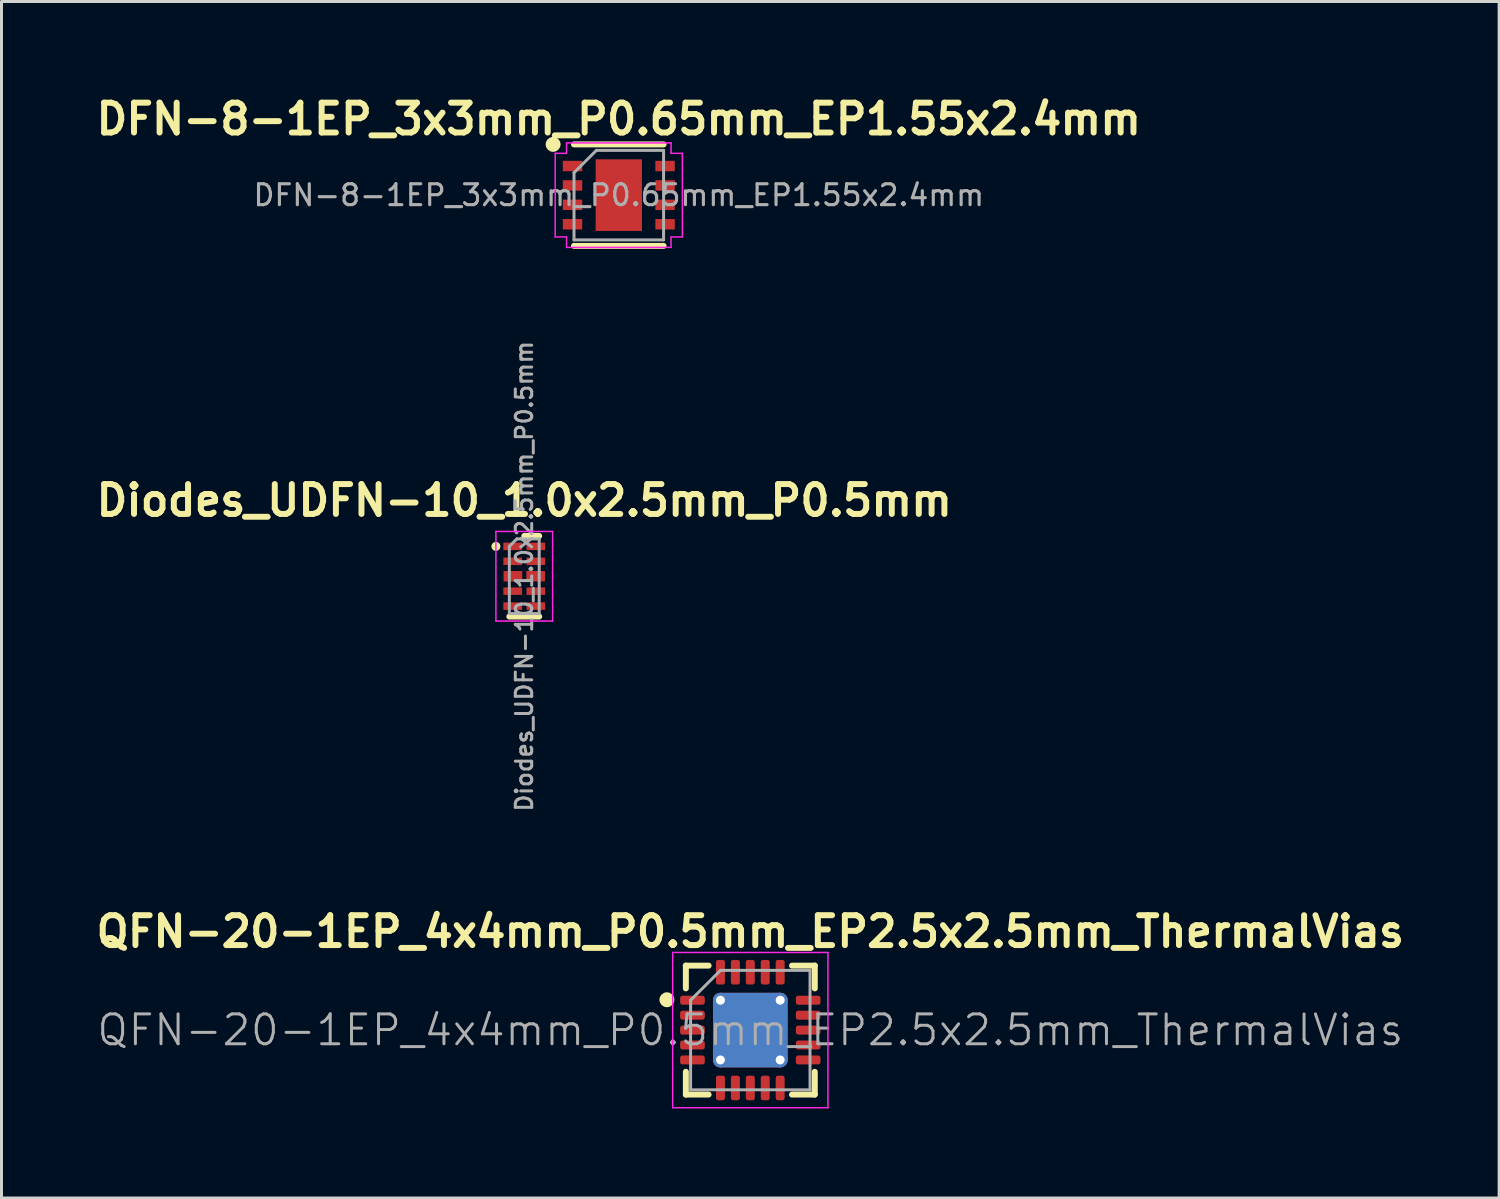
<source format=kicad_pcb>
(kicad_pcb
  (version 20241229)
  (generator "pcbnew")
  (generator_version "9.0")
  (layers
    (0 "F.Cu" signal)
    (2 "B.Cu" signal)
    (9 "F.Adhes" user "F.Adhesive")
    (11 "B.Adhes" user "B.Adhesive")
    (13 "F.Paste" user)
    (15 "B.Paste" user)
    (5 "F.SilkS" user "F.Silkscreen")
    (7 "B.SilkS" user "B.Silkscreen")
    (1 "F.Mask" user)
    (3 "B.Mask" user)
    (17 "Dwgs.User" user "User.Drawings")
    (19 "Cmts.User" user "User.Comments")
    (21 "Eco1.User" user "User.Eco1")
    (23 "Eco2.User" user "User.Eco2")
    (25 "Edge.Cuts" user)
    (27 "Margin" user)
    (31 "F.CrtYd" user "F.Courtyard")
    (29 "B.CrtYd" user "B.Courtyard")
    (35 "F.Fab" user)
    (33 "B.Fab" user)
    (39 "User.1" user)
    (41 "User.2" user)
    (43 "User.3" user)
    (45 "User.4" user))
  (footprint "Diodes_UDFN-10_1.0x2.5mm_P0.5mm"
    (layer "F.Cu")
    (at 14.51 16.251)
    (property "Reference" "Diodes_UDFN-10_1.0x2.5mm_P0.5mm" (at 0 -2.54 0) (layer "F.SilkS") (effects (font (size 1 1) (thickness 0.2))))
    (attr smd)
    (fp_line (start 0.5 -1.35) (end 0 -1.35) (stroke (width 0.2) (type solid)) (layer "F.SilkS"))
    (fp_line (start 0.5 1.35) (end -0.5 1.35) (stroke (width 0.2) (type solid)) (layer "F.SilkS"))
    (fp_circle (center -0.95 -1) (end -0.9 -1) (stroke (width 0.2) (type solid)) (fill yes) (layer "F.SilkS"))
    (fp_line (start -0.95 -1.5) (end 0.95 -1.5) (stroke (width 0.05) (type solid)) (layer "F.CrtYd"))
    (fp_line (start -0.95 1.5) (end -0.95 -1.5) (stroke (width 0.05) (type solid)) (layer "F.CrtYd"))
    (fp_line (start 0.95 -1.5) (end 0.95 1.5) (stroke (width 0.05) (type solid)) (layer "F.CrtYd"))
    (fp_line (start 0.95 1.5) (end -0.95 1.5) (stroke (width 0.05) (type solid)) (layer "F.CrtYd"))
    (fp_line (start -0.5 -1) (end -0.5 1.25) (stroke (width 0.1) (type solid)) (layer "F.Fab"))
    (fp_line (start -0.5 1.25) (end 0.5 1.25) (stroke (width 0.1) (type solid)) (layer "F.Fab"))
    (fp_line (start -0.25 -1.25) (end -0.5 -1) (stroke (width 0.1) (type solid)) (layer "F.Fab"))
    (fp_line (start 0.5 -1.25) (end -0.25 -1.25) (stroke (width 0.1) (type solid)) (layer "F.Fab"))
    (fp_line (start 0.5 -1.25) (end 0.5 1.25) (stroke (width 0.1) (type solid)) (layer "F.Fab"))
    (fp_text user "${REFERENCE}" (at 0 0 90) (layer "F.Fab") (effects (font (size 0.55 0.55) (thickness 0.1))))
    (pad "1" smd rect (at -0.388 -1 270) (size 0.25 0.625) (layers "F.Cu" "F.Mask" "F.Paste"))
    (pad "2" smd rect (at -0.388 -0.5 270) (size 0.25 0.625) (layers "F.Cu" "F.Mask" "F.Paste"))
    (pad "3" smd rect (at -0.381 0 270) (size 0.35 0.625) (layers "F.Cu" "F.Mask" "F.Paste"))
    (pad "4" smd rect (at -0.388 0.5 270) (size 0.25 0.625) (layers "F.Cu" "F.Mask" "F.Paste"))
    (pad "5" smd rect (at -0.388 1 270) (size 0.25 0.625) (layers "F.Cu" "F.Mask" "F.Paste"))
    (pad "6" smd rect (at 0.388 1 270) (size 0.25 0.625) (layers "F.Cu" "F.Mask" "F.Paste"))
    (pad "7" smd rect (at 0.388 0.5 270) (size 0.25 0.625) (layers "F.Cu" "F.Mask" "F.Paste"))
    (pad "8" smd rect (at 0.381 0 270) (size 0.35 0.625) (layers "F.Cu" "F.Mask" "F.Paste"))
    (pad "9" smd rect (at 0.388 -0.5 270) (size 0.25 0.625) (layers "F.Cu" "F.Mask" "F.Paste"))
    (pad "10" smd rect (at 0.388 -1 270) (size 0.25 0.625) (layers "F.Cu" "F.Mask" "F.Paste")))
  (footprint "QFN-20-1EP_4x4mm_P0.5mm_EP2.5x2.5mm_ThermalVias"
    (layer "F.Cu")
    (at 22.081 31.452)
    (property "Reference" "QFN-20-1EP_4x4mm_P0.5mm_EP2.5x2.5mm_ThermalVias" (at 0 -3.3 0) (layer "F.SilkS") (effects (font (size 1 1) (thickness 0.2))))
    (attr smd)
    (fp_line (start -2.159 -2.159) (end -2.159 -1.397) (stroke (width 0.2) (type solid)) (layer "F.SilkS"))
    (fp_line (start -2.159 2.159) (end -2.159 1.397) (stroke (width 0.2) (type solid)) (layer "F.SilkS"))
    (fp_line (start -1.397 -2.159) (end -2.159 -2.159) (stroke (width 0.2) (type solid)) (layer "F.SilkS"))
    (fp_line (start -1.397 2.159) (end -2.159 2.159) (stroke (width 0.2) (type solid)) (layer "F.SilkS"))
    (fp_line (start 1.397 -2.159) (end 2.159 -2.159) (stroke (width 0.2) (type solid)) (layer "F.SilkS"))
    (fp_line (start 1.397 2.159) (end 2.159 2.159) (stroke (width 0.2) (type solid)) (layer "F.SilkS"))
    (fp_line (start 2.159 -2.159) (end 2.159 -1.397) (stroke (width 0.2) (type solid)) (layer "F.SilkS"))
    (fp_line (start 2.159 2.159) (end 2.159 1.397) (stroke (width 0.2) (type solid)) (layer "F.SilkS"))
    (fp_circle (center -2.794 -1.016) (end -2.669 -1.016) (stroke (width 0.25) (type solid)) (fill no) (layer "F.SilkS"))
    (fp_line (start -2.6 -2.6) (end -2.6 2.6) (stroke (width 0.05) (type solid)) (layer "F.CrtYd"))
    (fp_line (start -2.6 2.6) (end 2.6 2.6) (stroke (width 0.05) (type solid)) (layer "F.CrtYd"))
    (fp_line (start 2.6 -2.6) (end -2.6 -2.6) (stroke (width 0.05) (type solid)) (layer "F.CrtYd"))
    (fp_line (start 2.6 2.6) (end 2.6 -2.6) (stroke (width 0.05) (type solid)) (layer "F.CrtYd"))
    (fp_line (start -2 -1) (end -1 -2) (stroke (width 0.1) (type solid)) (layer "F.Fab"))
    (fp_line (start -2 2) (end -2 -1) (stroke (width 0.1) (type solid)) (layer "F.Fab"))
    (fp_line (start -1 -2) (end 2 -2) (stroke (width 0.1) (type solid)) (layer "F.Fab"))
    (fp_line (start 2 -2) (end 2 2) (stroke (width 0.1) (type solid)) (layer "F.Fab"))
    (fp_line (start 2 2) (end -2 2) (stroke (width 0.1) (type solid)) (layer "F.Fab"))
    (fp_text user "${REFERENCE}" (at 0 0 0) (layer "F.Fab") (effects (font (size 1 1) (thickness 0.1))))
    (pad "" smd roundrect (at -0.625 -0.625) (size 1.08 1.08) (layers "F.Paste") (roundrect_rratio 0.231))
    (pad "" smd roundrect (at -0.625 0.625) (size 1.08 1.08) (layers "F.Paste") (roundrect_rratio 0.231))
    (pad "" smd roundrect (at 0.625 -0.625) (size 1.08 1.08) (layers "F.Paste") (roundrect_rratio 0.231))
    (pad "" smd roundrect (at 0.625 0.625) (size 1.08 1.08) (layers "F.Paste") (roundrect_rratio 0.231))
    (pad "1" smd roundrect (at -1.938 -1) (size 0.825 0.3) (layers "F.Cu" "F.Mask" "F.Paste") (roundrect_rratio 0.25))
    (pad "2" smd roundrect (at -1.938 -0.5) (size 0.825 0.3) (layers "F.Cu" "F.Mask" "F.Paste") (roundrect_rratio 0.25))
    (pad "3" smd roundrect (at -1.938 0) (size 0.825 0.3) (layers "F.Cu" "F.Mask" "F.Paste") (roundrect_rratio 0.25))
    (pad "4" smd roundrect (at -1.938 0.5) (size 0.825 0.3) (layers "F.Cu" "F.Mask" "F.Paste") (roundrect_rratio 0.25))
    (pad "5" smd roundrect (at -1.938 1) (size 0.825 0.3) (layers "F.Cu" "F.Mask" "F.Paste") (roundrect_rratio 0.25))
    (pad "6" smd roundrect (at -1 1.938) (size 0.3 0.825) (layers "F.Cu" "F.Mask" "F.Paste") (roundrect_rratio 0.25))
    (pad "7" smd roundrect (at -0.5 1.938) (size 0.3 0.825) (layers "F.Cu" "F.Mask" "F.Paste") (roundrect_rratio 0.25))
    (pad "8" smd roundrect (at 0 1.938) (size 0.3 0.825) (layers "F.Cu" "F.Mask" "F.Paste") (roundrect_rratio 0.25))
    (pad "9" smd roundrect (at 0.5 1.938) (size 0.3 0.825) (layers "F.Cu" "F.Mask" "F.Paste") (roundrect_rratio 0.25))
    (pad "10" smd roundrect (at 1 1.938) (size 0.3 0.825) (layers "F.Cu" "F.Mask" "F.Paste") (roundrect_rratio 0.25))
    (pad "11" smd roundrect (at 1.938 1) (size 0.825 0.3) (layers "F.Cu" "F.Mask" "F.Paste") (roundrect_rratio 0.25))
    (pad "12" smd roundrect (at 1.938 0.5) (size 0.825 0.3) (layers "F.Cu" "F.Mask" "F.Paste") (roundrect_rratio 0.25))
    (pad "13" smd roundrect (at 1.938 0) (size 0.825 0.3) (layers "F.Cu" "F.Mask" "F.Paste") (roundrect_rratio 0.25))
    (pad "14" smd roundrect (at 1.938 -0.5) (size 0.825 0.3) (layers "F.Cu" "F.Mask" "F.Paste") (roundrect_rratio 0.25))
    (pad "15" smd roundrect (at 1.938 -1) (size 0.825 0.3) (layers "F.Cu" "F.Mask" "F.Paste") (roundrect_rratio 0.25))
    (pad "16" smd roundrect (at 1 -1.938) (size 0.3 0.825) (layers "F.Cu" "F.Mask" "F.Paste") (roundrect_rratio 0.25))
    (pad "17" smd roundrect (at 0.5 -1.938) (size 0.3 0.825) (layers "F.Cu" "F.Mask" "F.Paste") (roundrect_rratio 0.25))
    (pad "18" smd roundrect (at 0 -1.938) (size 0.3 0.825) (layers "F.Cu" "F.Mask" "F.Paste") (roundrect_rratio 0.25))
    (pad "19" smd roundrect (at -0.5 -1.938) (size 0.3 0.825) (layers "F.Cu" "F.Mask" "F.Paste") (roundrect_rratio 0.25))
    (pad "20" smd roundrect (at -1 -1.938) (size 0.3 0.825) (layers "F.Cu" "F.Mask" "F.Paste") (roundrect_rratio 0.25))
    (pad "21" thru_hole circle (at -1 -1) (size 0.5 0.5) (drill 0.3) (layers "*.Cu"))
    (pad "21" thru_hole circle (at -1 1) (size 0.5 0.5) (drill 0.3) (layers "*.Cu"))
    (pad "21" smd roundrect (at 0 0) (size 2.5 2.5) (layers "F.Cu" "F.Mask") (roundrect_rratio 0.1))
    (pad "21" smd roundrect (at 0 0) (size 2.5 2.5) (layers "B.Cu") (roundrect_rratio 0.1))
    (pad "21" thru_hole circle (at 1 -1) (size 0.5 0.5) (drill 0.3) (layers "*.Cu"))
    (pad "21" thru_hole circle (at 1 1) (size 0.5 0.5) (drill 0.3) (layers "*.Cu")))
  (footprint "DFN-8-1EP_3x3mm_P0.65mm_EP1.55x2.4mm"
    (layer "F.Cu")
    (at 17.676 3.486)
    (property "Reference" "DFN-8-1EP_3x3mm_P0.65mm_EP1.55x2.4mm" (at 0 -2.55 0) (layer "F.SilkS") (effects (font (size 1 1) (thickness 0.2))))
    (attr smd)
    (fp_line (start -1.5 -1.7) (end 1.5 -1.7) (stroke (width 0.2) (type solid)) (layer "F.SilkS"))
    (fp_line (start -1.5 1.7) (end 1.5 1.7) (stroke (width 0.2) (type solid)) (layer "F.SilkS"))
    (fp_circle (center -2.2 -1.7) (end -2.075 -1.7) (stroke (width 0.25) (type solid)) (fill no) (layer "F.SilkS"))
    (fp_line (start -2.13 -1.4) (end -2.13 1.4) (stroke (width 0.05) (type solid)) (layer "F.CrtYd"))
    (fp_line (start -1.75 -1.75) (end -1.75 -1.4) (stroke (width 0.05) (type solid)) (layer "F.CrtYd"))
    (fp_line (start -1.75 -1.75) (end 1.75 -1.75) (stroke (width 0.05) (type solid)) (layer "F.CrtYd"))
    (fp_line (start -1.75 -1.4) (end -2.13 -1.4) (stroke (width 0.05) (type solid)) (layer "F.CrtYd"))
    (fp_line (start -1.75 1.4) (end -2.13 1.4) (stroke (width 0.05) (type solid)) (layer "F.CrtYd"))
    (fp_line (start -1.75 1.75) (end -1.75 1.4) (stroke (width 0.05) (type solid)) (layer "F.CrtYd"))
    (fp_line (start -1.75 1.75) (end 1.75 1.75) (stroke (width 0.05) (type solid)) (layer "F.CrtYd"))
    (fp_line (start 1.75 -1.75) (end 1.75 -1.4) (stroke (width 0.05) (type solid)) (layer "F.CrtYd"))
    (fp_line (start 1.75 -1.4) (end 2.13 -1.4) (stroke (width 0.05) (type solid)) (layer "F.CrtYd"))
    (fp_line (start 1.75 1.4) (end 2.13 1.4) (stroke (width 0.05) (type solid)) (layer "F.CrtYd"))
    (fp_line (start 1.75 1.75) (end 1.75 1.4) (stroke (width 0.05) (type solid)) (layer "F.CrtYd"))
    (fp_line (start 2.13 -1.4) (end 2.13 1.4) (stroke (width 0.05) (type solid)) (layer "F.CrtYd"))
    (fp_line (start -1.5 -0.75) (end -0.75 -1.5) (stroke (width 0.1) (type solid)) (layer "F.Fab"))
    (fp_line (start -1.5 1.5) (end -1.5 -0.75) (stroke (width 0.1) (type solid)) (layer "F.Fab"))
    (fp_line (start -0.75 -1.5) (end 1.5 -1.5) (stroke (width 0.1) (type solid)) (layer "F.Fab"))
    (fp_line (start 1.5 -1.5) (end 1.5 1.5) (stroke (width 0.1) (type solid)) (layer "F.Fab"))
    (fp_line (start 1.5 1.5) (end -1.5 1.5) (stroke (width 0.1) (type solid)) (layer "F.Fab"))
    (fp_text user "${REFERENCE}" (at 0 0 0) (layer "F.Fab") (effects (font (size 0.7 0.7) (thickness 0.105))))
    (pad "" smd rect (at -0.388 -0.6) (size 0.6 1) (layers "F.Paste"))
    (pad "" smd rect (at -0.388 0.6) (size 0.6 1) (layers "F.Paste"))
    (pad "" smd rect (at 0.388 -0.6) (size 0.6 1) (layers "F.Paste"))
    (pad "" smd rect (at 0.388 0.6) (size 0.6 1) (layers "F.Paste"))
    (pad "1" smd rect (at -1.55 -0.975) (size 0.65 0.35) (layers "F.Cu" "F.Mask" "F.Paste"))
    (pad "2" smd rect (at -1.55 -0.325) (size 0.65 0.35) (layers "F.Cu" "F.Mask" "F.Paste"))
    (pad "3" smd rect (at -1.55 0.325) (size 0.65 0.35) (layers "F.Cu" "F.Mask" "F.Paste"))
    (pad "4" smd rect (at -1.55 0.975) (size 0.65 0.35) (layers "F.Cu" "F.Mask" "F.Paste"))
    (pad "5" smd rect (at 1.55 0.975) (size 0.65 0.35) (layers "F.Cu" "F.Mask" "F.Paste"))
    (pad "6" smd rect (at 1.55 0.325) (size 0.65 0.35) (layers "F.Cu" "F.Mask" "F.Paste"))
    (pad "7" smd rect (at 1.55 -0.325) (size 0.65 0.35) (layers "F.Cu" "F.Mask" "F.Paste"))
    (pad "8" smd rect (at 1.55 -0.975) (size 0.65 0.35) (layers "F.Cu" "F.Mask" "F.Paste"))
    (pad "9" smd rect (at 0 0) (size 1.55 2.4) (layers "F.Cu" "F.Mask")))
  (gr_rect
    (start -3 -3)
    (end 47.162 37.077)
    (stroke (width 0.1) (type default))
    (fill no)
    (layer "Edge.Cuts")))
</source>
